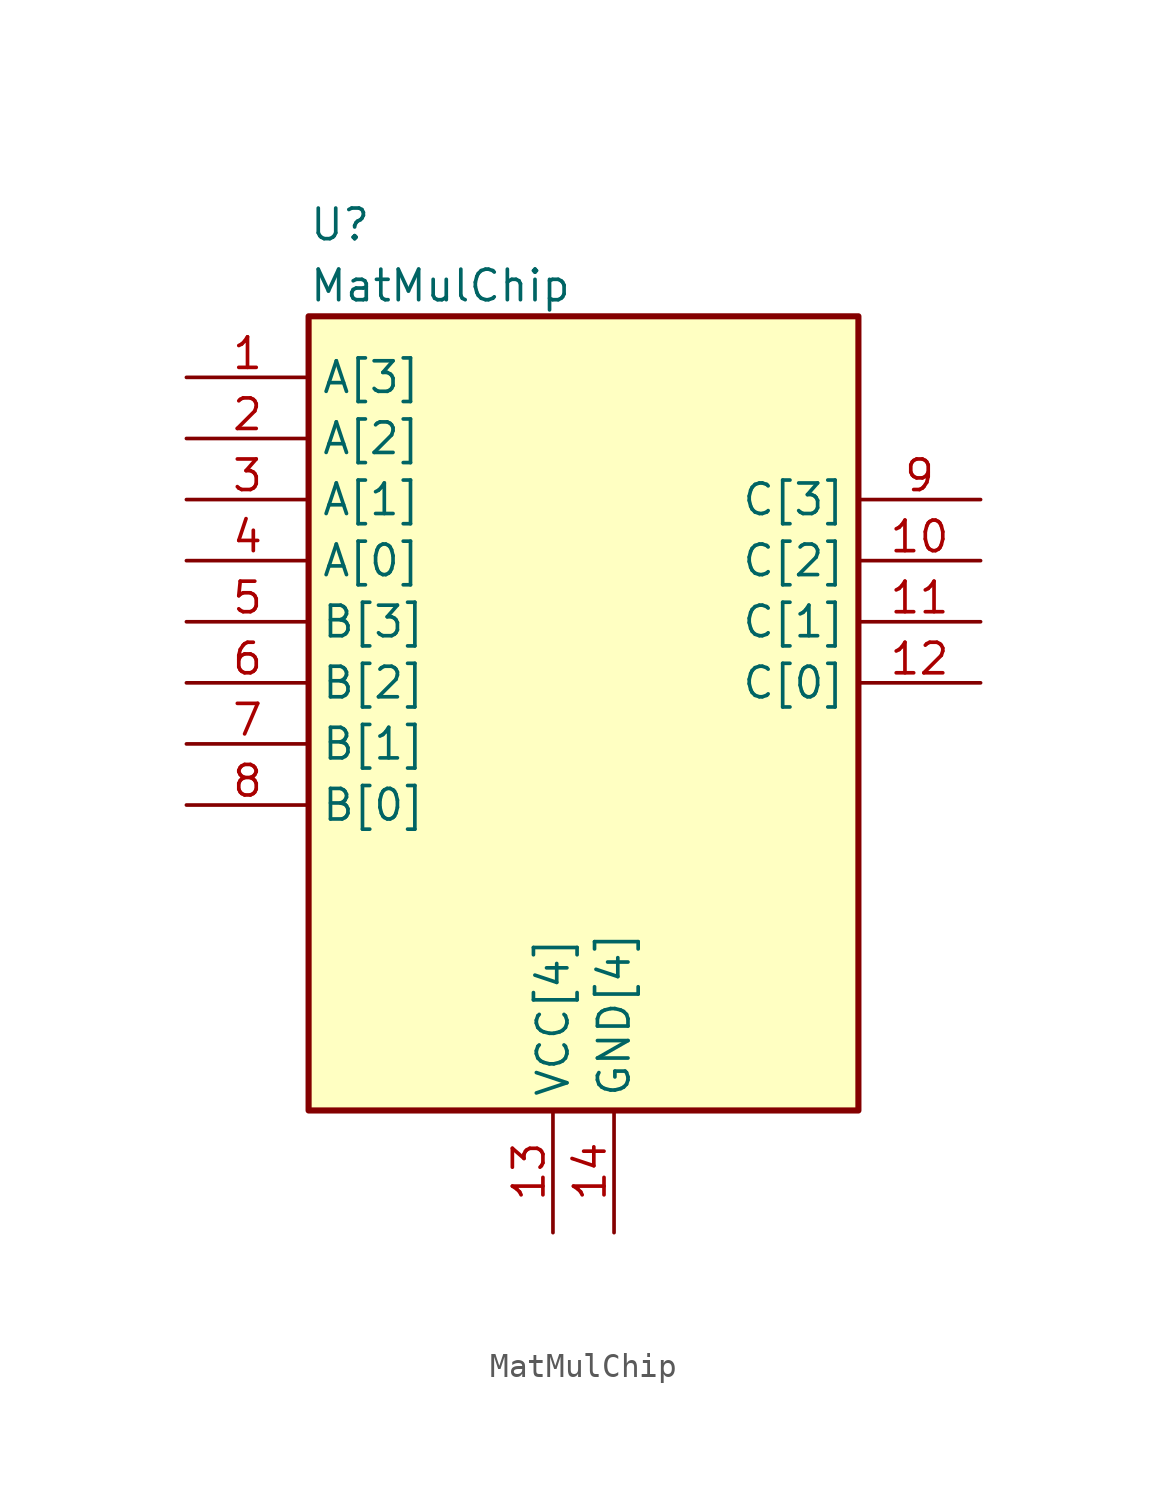
<source format=kicad_sym>
(kicad_symbol_lib
  (version 20241209)
  (generator "kicad_symbol_editor")
  (generator_version "9.0")
  (symbol "MatMulChip"
    (property "Reference" "U"
      (at 5.08 6.35 0)
      (effects (font (size 1.27 1.27)) (justify left)))
    (property "Value" "MatMulChip"
      (at 5.08 3.81 0)
      (effects (font (size 1.27 1.27)) (justify left)))
    (property "ki_locked" ""
      (at 0 0 0)
      (effects (font (size 1.27 1.27))))
    (symbol "MatMulChip_1_1"
      (rectangle (start 5.08 2.54) (end 27.94 -30.48) (stroke (width 0.254) (type solid)) (fill (type background)))
      (pin input line (at 0 0 0) (length 5.08) (name "A[3]" (effects (font (size 1.27 1.27)))) (number "1" (effects (font (size 1.27 1.27)))))
      (pin input line (at 0 -2.54 0) (length 5.08) (name "A[2]" (effects (font (size 1.27 1.27)))) (number "2" (effects (font (size 1.27 1.27)))))
      (pin input line (at 0 -5.08 0) (length 5.08) (name "A[1]" (effects (font (size 1.27 1.27)))) (number "3" (effects (font (size 1.27 1.27)))))
      (pin input line (at 0 -7.62 0) (length 5.08) (name "A[0]" (effects (font (size 1.27 1.27)))) (number "4" (effects (font (size 1.27 1.27)))))
      (pin input line (at 0 -10.16 0) (length 5.08) (name "B[3]" (effects (font (size 1.27 1.27)))) (number "5" (effects (font (size 1.27 1.27)))))
      (pin input line (at 0 -12.7 0) (length 5.08) (name "B[2]" (effects (font (size 1.27 1.27)))) (number "6" (effects (font (size 1.27 1.27)))))
      (pin input line (at 0 -15.24 0) (length 5.08) (name "B[1]" (effects (font (size 1.27 1.27)))) (number "7" (effects (font (size 1.27 1.27)))))
      (pin input line (at 0 -17.78 0) (length 5.08) (name "B[0]" (effects (font (size 1.27 1.27)))) (number "8" (effects (font (size 1.27 1.27)))))
      (pin power_in line (at 15.24 -35.56 90) (length 5.08) (name "VCC[4]" (effects (font (size 1.27 1.27)))) (number "13" (effects (font (size 1.27 1.27)))))
      (pin passive line (at 15.24 -35.56 90) (length 5.08) (hide yes) (name "VCC[4]" (effects (font (size 1.27 1.27)))) (number "15" (effects (font (size 1.27 1.27)))))
      (pin passive line (at 15.24 -35.56 90) (length 5.08) (hide yes) (name "VCC[4]" (effects (font (size 1.27 1.27)))) (number "17" (effects (font (size 1.27 1.27)))))
      (pin passive line (at 15.24 -35.56 90) (length 5.08) (hide yes) (name "VCC[4]" (effects (font (size 1.27 1.27)))) (number "19" (effects (font (size 1.27 1.27)))))
      (pin power_in line (at 17.78 -35.56 90) (length 5.08) (name "GND[4]" (effects (font (size 1.27 1.27)))) (number "14" (effects (font (size 1.27 1.27)))))
      (pin passive line (at 17.78 -35.56 90) (length 5.08) (hide yes) (name "GND[4]" (effects (font (size 1.27 1.27)))) (number "16" (effects (font (size 1.27 1.27)))))
      (pin passive line (at 17.78 -35.56 90) (length 5.08) (hide yes) (name "GND[4]" (effects (font (size 1.27 1.27)))) (number "18" (effects (font (size 1.27 1.27)))))
      (pin passive line (at 17.78 -35.56 90) (length 5.08) (hide yes) (name "GND[4]" (effects (font (size 1.27 1.27)))) (number "20" (effects (font (size 1.27 1.27)))))
      (pin output line (at 33.02 -5.08 180) (length 5.08) (name "C[3]" (effects (font (size 1.27 1.27)))) (number "9" (effects (font (size 1.27 1.27)))))
      (pin output line (at 33.02 -7.62 180) (length 5.08) (name "C[2]" (effects (font (size 1.27 1.27)))) (number "10" (effects (font (size 1.27 1.27)))))
      (pin output line (at 33.02 -10.16 180) (length 5.08) (name "C[1]" (effects (font (size 1.27 1.27)))) (number "11" (effects (font (size 1.27 1.27)))))
      (pin output line (at 33.02 -12.7 180) (length 5.08) (name "C[0]" (effects (font (size 1.27 1.27)))) (number "12" (effects (font (size 1.27 1.27))))))))
</source>
